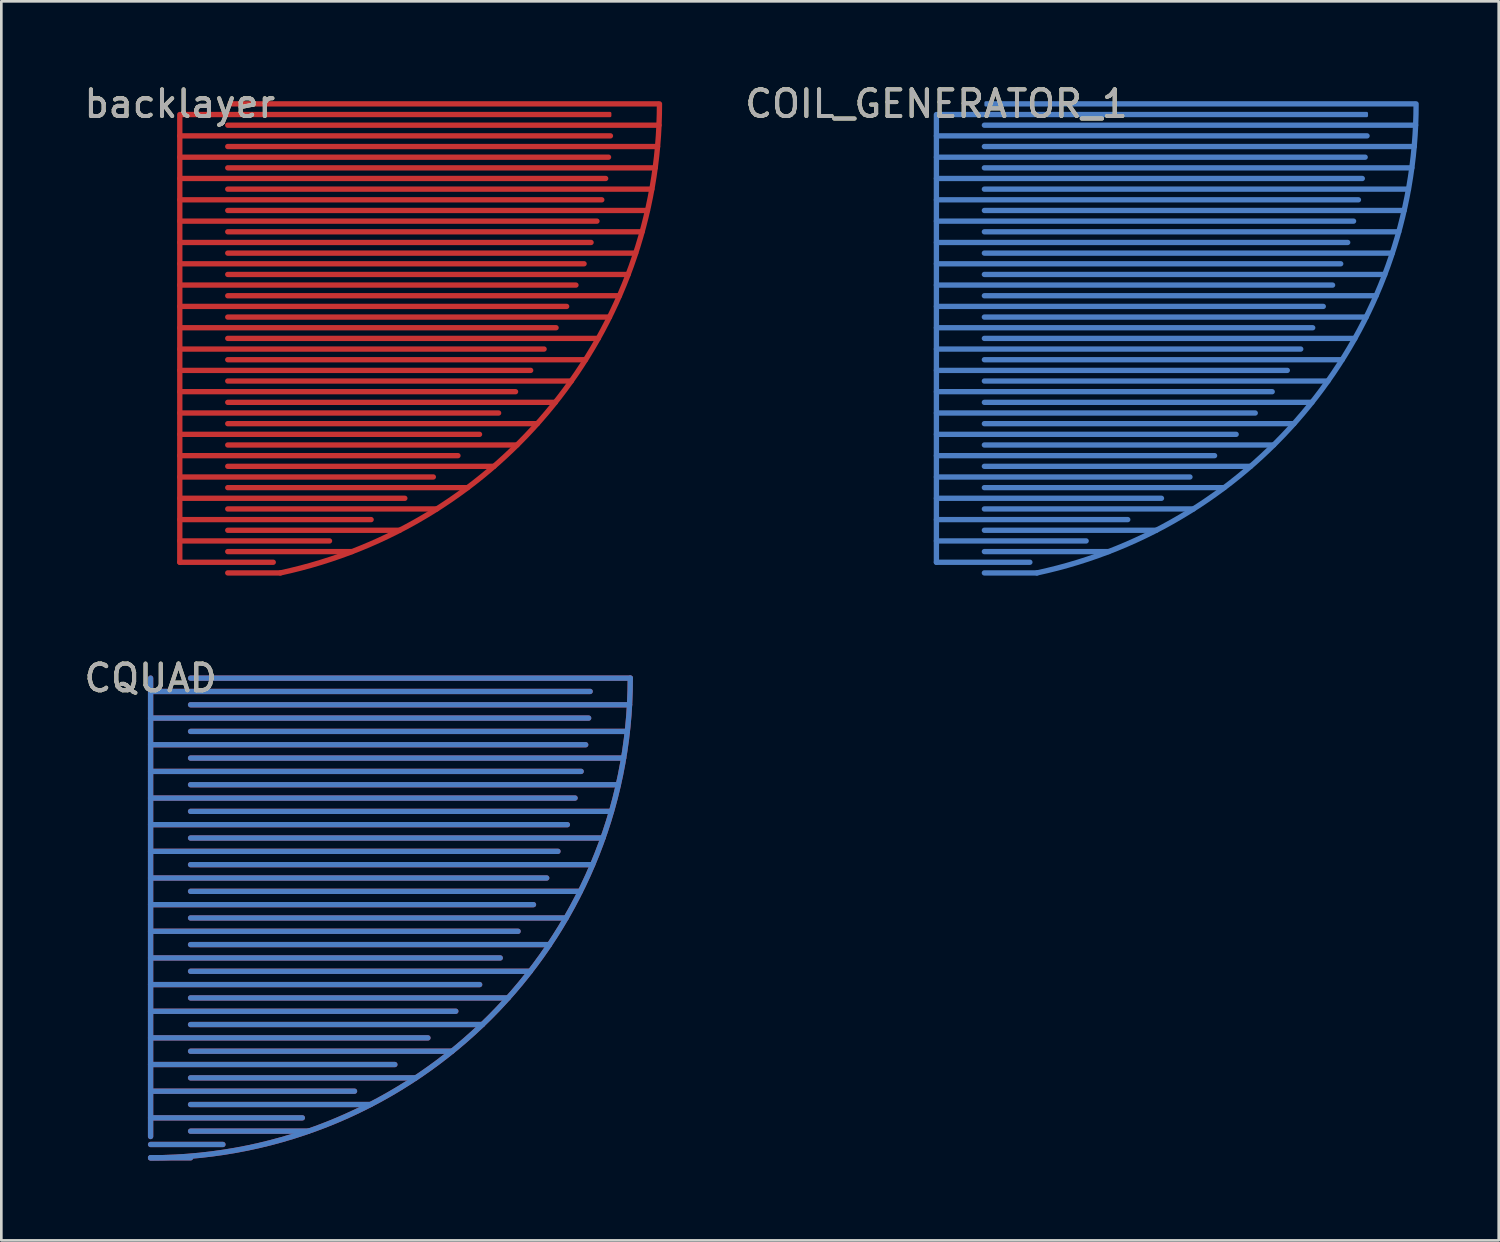
<source format=kicad_pcb>
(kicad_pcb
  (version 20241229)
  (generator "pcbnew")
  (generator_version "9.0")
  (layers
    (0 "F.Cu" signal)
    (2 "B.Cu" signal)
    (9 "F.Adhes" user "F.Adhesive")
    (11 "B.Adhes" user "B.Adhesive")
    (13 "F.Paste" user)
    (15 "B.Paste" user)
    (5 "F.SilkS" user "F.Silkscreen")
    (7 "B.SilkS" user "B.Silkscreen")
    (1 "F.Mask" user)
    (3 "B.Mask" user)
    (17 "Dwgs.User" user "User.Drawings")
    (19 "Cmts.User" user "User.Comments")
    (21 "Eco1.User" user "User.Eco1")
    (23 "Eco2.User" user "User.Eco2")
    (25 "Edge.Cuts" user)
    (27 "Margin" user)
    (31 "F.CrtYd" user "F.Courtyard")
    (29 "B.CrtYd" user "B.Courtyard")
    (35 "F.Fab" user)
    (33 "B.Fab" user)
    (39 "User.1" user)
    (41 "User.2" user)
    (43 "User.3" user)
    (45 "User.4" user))
  (footprint "COIL_GENERATOR_1"
    (layer "F.Cu")
    (at 32.088 0.848)
    (property "Reference" "COIL_GENERATOR_1" (at 0 0 0) (unlocked yes) (layer "F.SilkS") (effects (font (size 1 1) (thickness 0.15))))
    (attr smd exclude_from_pos_files exclude_from_bom allow_missing_courtyard)
    (fp_line (start 0 0.4) (end 0 17.2) (stroke (width 0.2) (type solid)) (layer "B.Cu"))
    (fp_line (start 0 1.2) (end 16.16 1.2) (stroke (width 0.2) (type solid)) (layer "B.Cu"))
    (fp_line (start 0 2) (end 16.089 2) (stroke (width 0.2) (type solid)) (layer "B.Cu"))
    (fp_line (start 0 2.8) (end 15.981 2.8) (stroke (width 0.2) (type solid)) (layer "B.Cu"))
    (fp_line (start 0 3.6) (end 15.836 3.6) (stroke (width 0.2) (type solid)) (layer "B.Cu"))
    (fp_line (start 0 4.4) (end 15.654 4.4) (stroke (width 0.2) (type solid)) (layer "B.Cu"))
    (fp_line (start 0 5.2) (end 15.433 5.2) (stroke (width 0.2) (type solid)) (layer "B.Cu"))
    (fp_line (start 0 6) (end 15.171 6) (stroke (width 0.2) (type solid)) (layer "B.Cu"))
    (fp_line (start 0 6.8) (end 14.866 6.8) (stroke (width 0.2) (type solid)) (layer "B.Cu"))
    (fp_line (start 0 7.6) (end 14.517 7.6) (stroke (width 0.2) (type solid)) (layer "B.Cu"))
    (fp_line (start 0 8.4) (end 14.12 8.4) (stroke (width 0.2) (type solid)) (layer "B.Cu"))
    (fp_line (start 0 9.2) (end 13.671 9.2) (stroke (width 0.2) (type solid)) (layer "B.Cu"))
    (fp_line (start 0 10) (end 13.167 10) (stroke (width 0.2) (type solid)) (layer "B.Cu"))
    (fp_line (start 0 10.8) (end 12.6 10.8) (stroke (width 0.2) (type solid)) (layer "B.Cu"))
    (fp_line (start 0 11.6) (end 11.964 11.6) (stroke (width 0.2) (type solid)) (layer "B.Cu"))
    (fp_line (start 0 12.4) (end 11.248 12.4) (stroke (width 0.2) (type solid)) (layer "B.Cu"))
    (fp_line (start 0 13.2) (end 10.438 13.2) (stroke (width 0.2) (type solid)) (layer "B.Cu"))
    (fp_line (start 0 14) (end 9.514 14) (stroke (width 0.2) (type solid)) (layer "B.Cu"))
    (fp_line (start 0 14.8) (end 8.445 14.8) (stroke (width 0.2) (type solid)) (layer "B.Cu"))
    (fp_line (start 0 15.6) (end 7.18 15.6) (stroke (width 0.2) (type solid)) (layer "B.Cu"))
    (fp_line (start 0 16.4) (end 5.619 16.4) (stroke (width 0.2) (type solid)) (layer "B.Cu"))
    (fp_line (start 0 17.2) (end 3.507 17.2) (stroke (width 0.2) (type solid)) (layer "B.Cu"))
    (fp_line (start 1.8 0.8) (end 17.982 0.8) (stroke (width 0.2) (type solid)) (layer "B.Cu"))
    (fp_line (start 1.8 1.6) (end 17.929 1.6) (stroke (width 0.2) (type solid)) (layer "B.Cu"))
    (fp_line (start 1.8 2.4) (end 17.839 2.4) (stroke (width 0.2) (type solid)) (layer "B.Cu"))
    (fp_line (start 1.8 3.2) (end 17.713 3.2) (stroke (width 0.2) (type solid)) (layer "B.Cu"))
    (fp_line (start 1.8 4) (end 17.55 4) (stroke (width 0.2) (type solid)) (layer "B.Cu"))
    (fp_line (start 1.8 4.8) (end 17.348 4.8) (stroke (width 0.2) (type solid)) (layer "B.Cu"))
    (fp_line (start 1.8 5.6) (end 17.107 5.6) (stroke (width 0.2) (type solid)) (layer "B.Cu"))
    (fp_line (start 1.8 6.4) (end 16.824 6.4) (stroke (width 0.2) (type solid)) (layer "B.Cu"))
    (fp_line (start 1.8 7.2) (end 16.497 7.2) (stroke (width 0.2) (type solid)) (layer "B.Cu"))
    (fp_line (start 1.8 8) (end 16.125 8) (stroke (width 0.2) (type solid)) (layer "B.Cu"))
    (fp_line (start 1.8 8.8) (end 15.702 8.8) (stroke (width 0.2) (type solid)) (layer "B.Cu"))
    (fp_line (start 1.8 9.6) (end 15.226 9.6) (stroke (width 0.2) (type solid)) (layer "B.Cu"))
    (fp_line (start 1.8 10.4) (end 14.691 10.4) (stroke (width 0.2) (type solid)) (layer "B.Cu"))
    (fp_line (start 1.8 11.2) (end 14.091 11.2) (stroke (width 0.2) (type solid)) (layer "B.Cu"))
    (fp_line (start 1.8 12) (end 13.416 12) (stroke (width 0.2) (type solid)) (layer "B.Cu"))
    (fp_line (start 1.8 12.8) (end 12.655 12.8) (stroke (width 0.2) (type solid)) (layer "B.Cu"))
    (fp_line (start 1.8 13.6) (end 11.792 13.6) (stroke (width 0.2) (type solid)) (layer "B.Cu"))
    (fp_line (start 1.8 14.4) (end 10.8 14.4) (stroke (width 0.2) (type solid)) (layer "B.Cu"))
    (fp_line (start 1.8 15.2) (end 9.642 15.2) (stroke (width 0.2) (type solid)) (layer "B.Cu"))
    (fp_line (start 1.8 16) (end 8.246 16) (stroke (width 0.2) (type solid)) (layer "B.Cu"))
    (fp_line (start 1.8 16.8) (end 6.462 16.8) (stroke (width 0.2) (type solid)) (layer "B.Cu"))
    (fp_line (start 1.8 17.6) (end 3.774 17.6) (stroke (width 0.2) (type solid)) (layer "B.Cu"))
    (fp_arc (start 18 0) (mid 12.728 12.728) (end 3.774 17.6) (stroke (width 0.2) (type solid)) (layer "B.Cu"))
    (fp_text user "${REFERENCE}" (at 0 0 0) (unlocked yes) (layer "F.Fab") (effects (font (size 1 1) (thickness 0.15))))
    (pad "1" smd roundrect (at 8.098 0.4) (size 16.196 0.2) (layers "B.Cu") (roundrect_rratio 0.25))
    (pad "2" smd roundrect (at 9.9 0) (size 16.2 0.2) (layers "B.Cu") (roundrect_rratio 0.25)))
  (footprint "backlayer"
    (layer "F.Cu")
    (at 3.696 0.848)
    (property "Reference" "backlayer" (at 0 0 0) (unlocked yes) (layer "F.SilkS") (effects (font (size 1 1) (thickness 0.15))))
    (attr smd exclude_from_pos_files exclude_from_bom allow_missing_courtyard)
    (fp_line (start 0 0.4) (end 0 17.2) (stroke (width 0.2) (type default)) (layer "F.Cu"))
    (fp_line (start 0 1.2) (end 16.16 1.2) (stroke (width 0.2) (type default)) (layer "F.Cu"))
    (fp_line (start 0 2) (end 16.089 2) (stroke (width 0.2) (type default)) (layer "F.Cu"))
    (fp_line (start 0 2.8) (end 15.981 2.8) (stroke (width 0.2) (type default)) (layer "F.Cu"))
    (fp_line (start 0 3.6) (end 15.836 3.6) (stroke (width 0.2) (type default)) (layer "F.Cu"))
    (fp_line (start 0 4.4) (end 15.654 4.4) (stroke (width 0.2) (type default)) (layer "F.Cu"))
    (fp_line (start 0 5.2) (end 15.433 5.2) (stroke (width 0.2) (type default)) (layer "F.Cu"))
    (fp_line (start 0 6) (end 15.171 6) (stroke (width 0.2) (type default)) (layer "F.Cu"))
    (fp_line (start 0 6.8) (end 14.866 6.8) (stroke (width 0.2) (type default)) (layer "F.Cu"))
    (fp_line (start 0 7.6) (end 14.517 7.6) (stroke (width 0.2) (type default)) (layer "F.Cu"))
    (fp_line (start 0 8.4) (end 14.12 8.4) (stroke (width 0.2) (type default)) (layer "F.Cu"))
    (fp_line (start 0 9.2) (end 13.671 9.2) (stroke (width 0.2) (type default)) (layer "F.Cu"))
    (fp_line (start 0 10) (end 13.167 10) (stroke (width 0.2) (type default)) (layer "F.Cu"))
    (fp_line (start 0 10.8) (end 12.6 10.8) (stroke (width 0.2) (type default)) (layer "F.Cu"))
    (fp_line (start 0 11.6) (end 11.964 11.6) (stroke (width 0.2) (type default)) (layer "F.Cu"))
    (fp_line (start 0 12.4) (end 11.248 12.4) (stroke (width 0.2) (type default)) (layer "F.Cu"))
    (fp_line (start 0 13.2) (end 10.438 13.2) (stroke (width 0.2) (type default)) (layer "F.Cu"))
    (fp_line (start 0 14) (end 9.514 14) (stroke (width 0.2) (type default)) (layer "F.Cu"))
    (fp_line (start 0 14.8) (end 8.445 14.8) (stroke (width 0.2) (type default)) (layer "F.Cu"))
    (fp_line (start 0 15.6) (end 7.18 15.6) (stroke (width 0.2) (type default)) (layer "F.Cu"))
    (fp_line (start 0 16.4) (end 5.619 16.4) (stroke (width 0.2) (type default)) (layer "F.Cu"))
    (fp_line (start 0 17.2) (end 3.507 17.2) (stroke (width 0.2) (type default)) (layer "F.Cu"))
    (fp_line (start 1.8 0.8) (end 17.982 0.8) (stroke (width 0.2) (type default)) (layer "F.Cu"))
    (fp_line (start 1.8 1.6) (end 17.929 1.6) (stroke (width 0.2) (type default)) (layer "F.Cu"))
    (fp_line (start 1.8 2.4) (end 17.839 2.4) (stroke (width 0.2) (type default)) (layer "F.Cu"))
    (fp_line (start 1.8 3.2) (end 17.713 3.2) (stroke (width 0.2) (type default)) (layer "F.Cu"))
    (fp_line (start 1.8 4) (end 17.55 4) (stroke (width 0.2) (type default)) (layer "F.Cu"))
    (fp_line (start 1.8 4.8) (end 17.348 4.8) (stroke (width 0.2) (type default)) (layer "F.Cu"))
    (fp_line (start 1.8 5.6) (end 17.107 5.6) (stroke (width 0.2) (type default)) (layer "F.Cu"))
    (fp_line (start 1.8 6.4) (end 16.824 6.4) (stroke (width 0.2) (type default)) (layer "F.Cu"))
    (fp_line (start 1.8 7.2) (end 16.497 7.2) (stroke (width 0.2) (type default)) (layer "F.Cu"))
    (fp_line (start 1.8 8) (end 16.125 8) (stroke (width 0.2) (type default)) (layer "F.Cu"))
    (fp_line (start 1.8 8.8) (end 15.702 8.8) (stroke (width 0.2) (type default)) (layer "F.Cu"))
    (fp_line (start 1.8 9.6) (end 15.226 9.6) (stroke (width 0.2) (type default)) (layer "F.Cu"))
    (fp_line (start 1.8 10.4) (end 14.691 10.4) (stroke (width 0.2) (type default)) (layer "F.Cu"))
    (fp_line (start 1.8 11.2) (end 14.091 11.2) (stroke (width 0.2) (type default)) (layer "F.Cu"))
    (fp_line (start 1.8 12) (end 13.416 12) (stroke (width 0.2) (type default)) (layer "F.Cu"))
    (fp_line (start 1.8 12.8) (end 12.655 12.8) (stroke (width 0.2) (type default)) (layer "F.Cu"))
    (fp_line (start 1.8 13.6) (end 11.792 13.6) (stroke (width 0.2) (type default)) (layer "F.Cu"))
    (fp_line (start 1.8 14.4) (end 10.8 14.4) (stroke (width 0.2) (type default)) (layer "F.Cu"))
    (fp_line (start 1.8 15.2) (end 9.642 15.2) (stroke (width 0.2) (type default)) (layer "F.Cu"))
    (fp_line (start 1.8 16) (end 8.246 16) (stroke (width 0.2) (type default)) (layer "F.Cu"))
    (fp_line (start 1.8 16.8) (end 6.462 16.8) (stroke (width 0.2) (type default)) (layer "F.Cu"))
    (fp_line (start 1.8 17.6) (end 3.774 17.6) (stroke (width 0.2) (type default)) (layer "F.Cu"))
    (fp_arc (start 18 0) (mid 12.728 12.728) (end 3.774 17.6) (stroke (width 0.2) (type default)) (layer "F.Cu"))
    (fp_text user "${REFERENCE}" (at 0 0 0) (unlocked yes) (layer "F.Fab") (effects (font (size 1 1) (thickness 0.15))))
    (pad "1" smd roundrect (at 8.098 0.4) (size 16.196 0.2) (layers "F.Cu") (roundrect_rratio 0.25))
    (pad "2" smd roundrect (at 9.9 0) (size 16.2 0.2) (layers "F.Cu") (roundrect_rratio 0.25)))
  (footprint "CQUAD"
    (layer "F.Cu")
    (at 2.601 22.396)
    (property "Reference" "CQUAD" (at 0 0 0) (unlocked yes) (layer "F.SilkS") (effects (font (size 1 1) (thickness 0.15))))
    (attr smd exclude_from_pos_files exclude_from_bom allow_missing_courtyard)
    (fp_line (start 0 0) (end 0 17.2) (stroke (width 0.2) (type default)) (layer "F.Cu"))
    (fp_line (start 0 0.5) (end 16.493 0.5) (stroke (width 0.2) (type default)) (layer "F.Cu"))
    (fp_line (start 0 1.5) (end 16.437 1.5) (stroke (width 0.2) (type default)) (layer "F.Cu"))
    (fp_line (start 0 2.5) (end 16.326 2.5) (stroke (width 0.2) (type default)) (layer "F.Cu"))
    (fp_line (start 0 3.5) (end 16.156 3.5) (stroke (width 0.2) (type default)) (layer "F.Cu"))
    (fp_line (start 0 4.5) (end 15.928 4.5) (stroke (width 0.2) (type default)) (layer "F.Cu"))
    (fp_line (start 0 5.5) (end 15.639 5.5) (stroke (width 0.2) (type default)) (layer "F.Cu"))
    (fp_line (start 0 6.5) (end 15.285 6.5) (stroke (width 0.2) (type default)) (layer "F.Cu"))
    (fp_line (start 0 7.5) (end 14.863 7.5) (stroke (width 0.2) (type default)) (layer "F.Cu"))
    (fp_line (start 0 8.5) (end 14.367 8.5) (stroke (width 0.2) (type default)) (layer "F.Cu"))
    (fp_line (start 0 9.5) (end 13.789 9.5) (stroke (width 0.2) (type default)) (layer "F.Cu"))
    (fp_line (start 0 10.5) (end 13.12 10.5) (stroke (width 0.2) (type default)) (layer "F.Cu"))
    (fp_line (start 0 11.5) (end 12.347 11.5) (stroke (width 0.2) (type default)) (layer "F.Cu"))
    (fp_line (start 0 12.5) (end 11.452 12.5) (stroke (width 0.2) (type default)) (layer "F.Cu"))
    (fp_line (start 0 13.5) (end 10.406 13.5) (stroke (width 0.2) (type default)) (layer "F.Cu"))
    (fp_line (start 0 14.5) (end 9.165 14.5) (stroke (width 0.2) (type default)) (layer "F.Cu"))
    (fp_line (start 0 15.5) (end 7.652 15.5) (stroke (width 0.2) (type default)) (layer "F.Cu"))
    (fp_line (start 0 16.5) (end 5.694 16.5) (stroke (width 0.2) (type default)) (layer "F.Cu"))
    (fp_line (start 0 17.5) (end 2.713 17.5) (stroke (width 0.2) (type default)) (layer "F.Cu"))
    (fp_line (start 1.5 0) (end 18 0) (stroke (width 0.2) (type default)) (layer "F.Cu"))
    (fp_line (start 1.5 1) (end 17.972 1) (stroke (width 0.2) (type default)) (layer "F.Cu"))
    (fp_line (start 1.5 2) (end 17.889 2) (stroke (width 0.2) (type default)) (layer "F.Cu"))
    (fp_line (start 1.5 3) (end 17.748 3) (stroke (width 0.2) (type default)) (layer "F.Cu"))
    (fp_line (start 1.5 4) (end 17.55 4) (stroke (width 0.2) (type default)) (layer "F.Cu"))
    (fp_line (start 1.5 5) (end 17.292 5) (stroke (width 0.2) (type default)) (layer "F.Cu"))
    (fp_line (start 1.5 6) (end 16.971 6) (stroke (width 0.2) (type default)) (layer "F.Cu"))
    (fp_line (start 1.5 7) (end 16.583 7) (stroke (width 0.2) (type default)) (layer "F.Cu"))
    (fp_line (start 1.5 8) (end 16.125 8) (stroke (width 0.2) (type default)) (layer "F.Cu"))
    (fp_line (start 1.5 9) (end 15.588 9) (stroke (width 0.2) (type default)) (layer "F.Cu"))
    (fp_line (start 1.5 10) (end 14.967 10) (stroke (width 0.2) (type default)) (layer "F.Cu"))
    (fp_line (start 1.5 11) (end 14.248 11) (stroke (width 0.2) (type default)) (layer "F.Cu"))
    (fp_line (start 1.5 12) (end 13.416 12) (stroke (width 0.2) (type default)) (layer "F.Cu"))
    (fp_line (start 1.5 13) (end 12.45 13) (stroke (width 0.2) (type default)) (layer "F.Cu"))
    (fp_line (start 1.5 14) (end 11.314 14) (stroke (width 0.2) (type default)) (layer "F.Cu"))
    (fp_line (start 1.5 15) (end 9.95 15) (stroke (width 0.2) (type default)) (layer "F.Cu"))
    (fp_line (start 1.5 16) (end 8.246 16) (stroke (width 0.2) (type default)) (layer "F.Cu"))
    (fp_line (start 1.5 17) (end 5.916 17) (stroke (width 0.2) (type default)) (layer "F.Cu"))
    (fp_line (start 1.5 18) (end 0 18) (stroke (width 0.2) (type default)) (layer "F.Cu"))
    (fp_arc (start 18 0) (mid 12.728 12.728) (end 0 18) (stroke (width 0.2) (type default)) (layer "F.Cu"))
    (fp_line (start 0 0) (end 0 17.2) (stroke (width 0.2) (type default)) (layer "B.Cu"))
    (fp_line (start 0 0.5) (end 16.493 0.5) (stroke (width 0.2) (type default)) (layer "B.Cu"))
    (fp_line (start 0 1.5) (end 16.437 1.5) (stroke (width 0.2) (type default)) (layer "B.Cu"))
    (fp_line (start 0 2.5) (end 16.326 2.5) (stroke (width 0.2) (type default)) (layer "B.Cu"))
    (fp_line (start 0 3.5) (end 16.156 3.5) (stroke (width 0.2) (type default)) (layer "B.Cu"))
    (fp_line (start 0 4.5) (end 15.928 4.5) (stroke (width 0.2) (type default)) (layer "B.Cu"))
    (fp_line (start 0 5.5) (end 15.639 5.5) (stroke (width 0.2) (type default)) (layer "B.Cu"))
    (fp_line (start 0 6.5) (end 15.285 6.5) (stroke (width 0.2) (type default)) (layer "B.Cu"))
    (fp_line (start 0 7.5) (end 14.863 7.5) (stroke (width 0.2) (type default)) (layer "B.Cu"))
    (fp_line (start 0 8.5) (end 14.367 8.5) (stroke (width 0.2) (type default)) (layer "B.Cu"))
    (fp_line (start 0 9.5) (end 13.789 9.5) (stroke (width 0.2) (type default)) (layer "B.Cu"))
    (fp_line (start 0 10.5) (end 13.12 10.5) (stroke (width 0.2) (type default)) (layer "B.Cu"))
    (fp_line (start 0 11.5) (end 12.347 11.5) (stroke (width 0.2) (type default)) (layer "B.Cu"))
    (fp_line (start 0 12.5) (end 11.452 12.5) (stroke (width 0.2) (type default)) (layer "B.Cu"))
    (fp_line (start 0 13.5) (end 10.406 13.5) (stroke (width 0.2) (type default)) (layer "B.Cu"))
    (fp_line (start 0 14.5) (end 9.165 14.5) (stroke (width 0.2) (type default)) (layer "B.Cu"))
    (fp_line (start 0 15.5) (end 7.652 15.5) (stroke (width 0.2) (type default)) (layer "B.Cu"))
    (fp_line (start 0 16.5) (end 5.694 16.5) (stroke (width 0.2) (type default)) (layer "B.Cu"))
    (fp_line (start 0 17.5) (end 2.713 17.5) (stroke (width 0.2) (type default)) (layer "B.Cu"))
    (fp_line (start 1.5 0) (end 18 0) (stroke (width 0.2) (type default)) (layer "B.Cu"))
    (fp_line (start 1.5 1) (end 17.972 1) (stroke (width 0.2) (type default)) (layer "B.Cu"))
    (fp_line (start 1.5 2) (end 17.889 2) (stroke (width 0.2) (type default)) (layer "B.Cu"))
    (fp_line (start 1.5 3) (end 17.748 3) (stroke (width 0.2) (type default)) (layer "B.Cu"))
    (fp_line (start 1.5 4) (end 17.55 4) (stroke (width 0.2) (type default)) (layer "B.Cu"))
    (fp_line (start 1.5 5) (end 17.292 5) (stroke (width 0.2) (type default)) (layer "B.Cu"))
    (fp_line (start 1.5 6) (end 16.971 6) (stroke (width 0.2) (type default)) (layer "B.Cu"))
    (fp_line (start 1.5 7) (end 16.583 7) (stroke (width 0.2) (type default)) (layer "B.Cu"))
    (fp_line (start 1.5 8) (end 16.125 8) (stroke (width 0.2) (type default)) (layer "B.Cu"))
    (fp_line (start 1.5 9) (end 15.588 9) (stroke (width 0.2) (type default)) (layer "B.Cu"))
    (fp_line (start 1.5 10) (end 14.967 10) (stroke (width 0.2) (type default)) (layer "B.Cu"))
    (fp_line (start 1.5 11) (end 14.248 11) (stroke (width 0.2) (type default)) (layer "B.Cu"))
    (fp_line (start 1.5 12) (end 13.416 12) (stroke (width 0.2) (type default)) (layer "B.Cu"))
    (fp_line (start 1.5 13) (end 12.45 13) (stroke (width 0.2) (type default)) (layer "B.Cu"))
    (fp_line (start 1.5 14) (end 11.314 14) (stroke (width 0.2) (type default)) (layer "B.Cu"))
    (fp_line (start 1.5 15) (end 9.95 15) (stroke (width 0.2) (type default)) (layer "B.Cu"))
    (fp_line (start 1.5 16) (end 8.246 16) (stroke (width 0.2) (type default)) (layer "B.Cu"))
    (fp_line (start 1.5 17) (end 5.916 17) (stroke (width 0.2) (type default)) (layer "B.Cu"))
    (fp_line (start 1.5 18) (end 0 18) (stroke (width 0.2) (type default)) (layer "B.Cu"))
    (fp_arc (start 18 0) (mid 12.728 12.728) (end 0 18) (stroke (width 0.2) (type default)) (layer "B.Cu"))
    (fp_text user "${REFERENCE}" (at 0 0 0) (unlocked yes) (layer "F.Fab") (effects (font (size 1 1) (thickness 0.15)))))
  (gr_rect
    (start -3 -3)
    (end 53.188 43.496)
    (stroke (width 0.1) (type default))
    (fill no)
    (layer "Edge.Cuts")))
</source>
